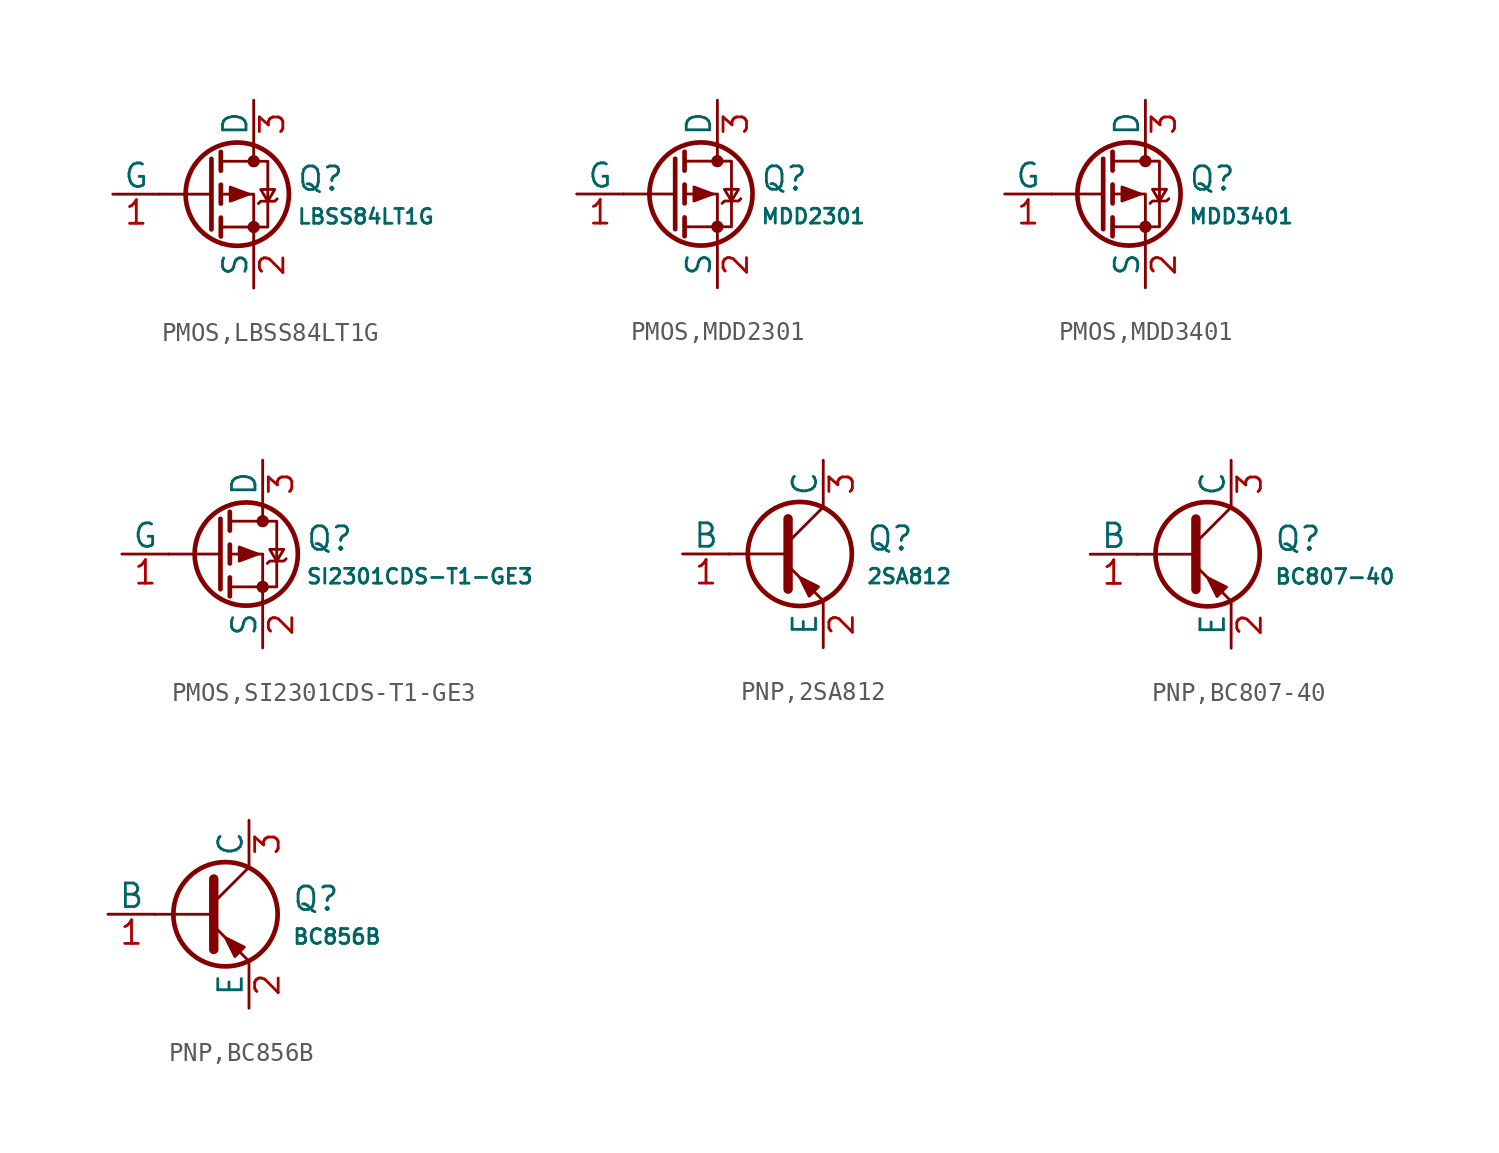
<source format=kicad_sym>
(kicad_symbol_lib
  (version 20231120)
  (generator "CDFER")
  (generator_version "8.0")
  (symbol "PMOS,LBSS84LT1G"
    (pin_names
      (offset 0))
    (property "Reference" "Q"
      (at 4.851 0.834 0)
      (effects (font (size 1.27 1.27)) (justify left)))
    (property "Value" "LBSS84LT1G"
      (at 4.851 -1.212 0)
      (effects (font (size 0.8 0.8)) (justify left)))
    (symbol "PMOS,LBSS84LT1G_0_1"
      (polyline (pts (xy 0.254 0) (xy -2.54 0)) (stroke (width 0) (type default)) (fill (type none)))
      (polyline (pts (xy 0.254 1.905) (xy 0.254 -1.905)) (stroke (width 0.254) (type default)) (fill (type none)))
      (polyline (pts (xy 0.762 -1.27) (xy 0.762 -2.286)) (stroke (width 0.254) (type default)) (fill (type none)))
      (polyline (pts (xy 0.762 0.508) (xy 0.762 -0.508)) (stroke (width 0.254) (type default)) (fill (type none)))
      (polyline (pts (xy 0.762 2.286) (xy 0.762 1.27)) (stroke (width 0.254) (type default)) (fill (type none)))
      (polyline (pts (xy 2.54 2.54) (xy 2.54 1.778)) (stroke (width 0) (type default)) (fill (type none)))
      (polyline (pts (xy 2.54 -2.54) (xy 2.54 0) (xy 0.762 0)) (stroke (width 0) (type default)) (fill (type none)))
      (polyline (pts (xy 0.762 1.778) (xy 3.302 1.778) (xy 3.302 -1.778) (xy 0.762 -1.778)) (stroke (width 0) (type default)) (fill (type none)))
      (polyline (pts (xy 2.286 0) (xy 1.27 0.381) (xy 1.27 -0.381) (xy 2.286 0)) (stroke (width 0) (type default)) (fill (type outline)))
      (polyline (pts (xy 2.794 -0.508) (xy 2.921 -0.381) (xy 3.683 -0.381) (xy 3.81 -0.254)) (stroke (width 0) (type default)) (fill (type none)))
      (polyline (pts (xy 3.302 -0.381) (xy 2.921 0.254) (xy 3.683 0.254) (xy 3.302 -0.381)) (stroke (width 0) (type default)) (fill (type none)))
      (circle (center 1.651 0) (radius 2.794) (stroke (width 0.254) (type default)) (fill (type none)))
      (circle (center 2.54 -1.778) (radius 0.254) (stroke (width 0) (type default)) (fill (type outline)))
      (circle (center 2.54 1.778) (radius 0.254) (stroke (width 0) (type default)) (fill (type outline))))
    (symbol "PMOS,LBSS84LT1G_1_1"
      (pin passive line (at 2.54 5.08 270) (length 2.54) (name "D" (effects (font (size 1.27 1.27)))) (number "3" (effects (font (size 1.27 1.27)))))
      (pin input line (at -5.08 0 0) (length 2.54) (name "G" (effects (font (size 1.27 1.27)))) (number "1" (effects (font (size 1.27 1.27)))))
      (pin passive line (at 2.54 -5.08 90) (length 2.54) (name "S" (effects (font (size 1.27 1.27)))) (number "2" (effects (font (size 1.27 1.27)))))))
  (symbol "PMOS,MDD2301"
    (pin_names
      (offset 0))
    (property "Reference" "Q"
      (at 4.851 0.834 0)
      (effects (font (size 1.27 1.27)) (justify left)))
    (property "Value" "MDD2301"
      (at 4.851 -1.212 0)
      (effects (font (size 0.8 0.8)) (justify left)))
    (symbol "PMOS,MDD2301_0_1"
      (polyline (pts (xy 0.254 0) (xy -2.54 0)) (stroke (width 0) (type default)) (fill (type none)))
      (polyline (pts (xy 0.254 1.905) (xy 0.254 -1.905)) (stroke (width 0.254) (type default)) (fill (type none)))
      (polyline (pts (xy 0.762 -1.27) (xy 0.762 -2.286)) (stroke (width 0.254) (type default)) (fill (type none)))
      (polyline (pts (xy 0.762 0.508) (xy 0.762 -0.508)) (stroke (width 0.254) (type default)) (fill (type none)))
      (polyline (pts (xy 0.762 2.286) (xy 0.762 1.27)) (stroke (width 0.254) (type default)) (fill (type none)))
      (polyline (pts (xy 2.54 2.54) (xy 2.54 1.778)) (stroke (width 0) (type default)) (fill (type none)))
      (polyline (pts (xy 2.54 -2.54) (xy 2.54 0) (xy 0.762 0)) (stroke (width 0) (type default)) (fill (type none)))
      (polyline (pts (xy 0.762 1.778) (xy 3.302 1.778) (xy 3.302 -1.778) (xy 0.762 -1.778)) (stroke (width 0) (type default)) (fill (type none)))
      (polyline (pts (xy 2.286 0) (xy 1.27 0.381) (xy 1.27 -0.381) (xy 2.286 0)) (stroke (width 0) (type default)) (fill (type outline)))
      (polyline (pts (xy 2.794 -0.508) (xy 2.921 -0.381) (xy 3.683 -0.381) (xy 3.81 -0.254)) (stroke (width 0) (type default)) (fill (type none)))
      (polyline (pts (xy 3.302 -0.381) (xy 2.921 0.254) (xy 3.683 0.254) (xy 3.302 -0.381)) (stroke (width 0) (type default)) (fill (type none)))
      (circle (center 1.651 0) (radius 2.794) (stroke (width 0.254) (type default)) (fill (type none)))
      (circle (center 2.54 -1.778) (radius 0.254) (stroke (width 0) (type default)) (fill (type outline)))
      (circle (center 2.54 1.778) (radius 0.254) (stroke (width 0) (type default)) (fill (type outline))))
    (symbol "PMOS,MDD2301_1_1"
      (pin passive line (at 2.54 5.08 270) (length 2.54) (name "D" (effects (font (size 1.27 1.27)))) (number "3" (effects (font (size 1.27 1.27)))))
      (pin input line (at -5.08 0 0) (length 2.54) (name "G" (effects (font (size 1.27 1.27)))) (number "1" (effects (font (size 1.27 1.27)))))
      (pin passive line (at 2.54 -5.08 90) (length 2.54) (name "S" (effects (font (size 1.27 1.27)))) (number "2" (effects (font (size 1.27 1.27)))))))
  (symbol "PMOS,MDD3401"
    (pin_names
      (offset 0))
    (property "Reference" "Q"
      (at 4.851 0.834 0)
      (effects (font (size 1.27 1.27)) (justify left)))
    (property "Value" "MDD3401"
      (at 4.851 -1.212 0)
      (effects (font (size 0.8 0.8)) (justify left)))
    (symbol "PMOS,MDD3401_0_1"
      (polyline (pts (xy 0.254 0) (xy -2.54 0)) (stroke (width 0) (type default)) (fill (type none)))
      (polyline (pts (xy 0.254 1.905) (xy 0.254 -1.905)) (stroke (width 0.254) (type default)) (fill (type none)))
      (polyline (pts (xy 0.762 -1.27) (xy 0.762 -2.286)) (stroke (width 0.254) (type default)) (fill (type none)))
      (polyline (pts (xy 0.762 0.508) (xy 0.762 -0.508)) (stroke (width 0.254) (type default)) (fill (type none)))
      (polyline (pts (xy 0.762 2.286) (xy 0.762 1.27)) (stroke (width 0.254) (type default)) (fill (type none)))
      (polyline (pts (xy 2.54 2.54) (xy 2.54 1.778)) (stroke (width 0) (type default)) (fill (type none)))
      (polyline (pts (xy 2.54 -2.54) (xy 2.54 0) (xy 0.762 0)) (stroke (width 0) (type default)) (fill (type none)))
      (polyline (pts (xy 0.762 1.778) (xy 3.302 1.778) (xy 3.302 -1.778) (xy 0.762 -1.778)) (stroke (width 0) (type default)) (fill (type none)))
      (polyline (pts (xy 2.286 0) (xy 1.27 0.381) (xy 1.27 -0.381) (xy 2.286 0)) (stroke (width 0) (type default)) (fill (type outline)))
      (polyline (pts (xy 2.794 -0.508) (xy 2.921 -0.381) (xy 3.683 -0.381) (xy 3.81 -0.254)) (stroke (width 0) (type default)) (fill (type none)))
      (polyline (pts (xy 3.302 -0.381) (xy 2.921 0.254) (xy 3.683 0.254) (xy 3.302 -0.381)) (stroke (width 0) (type default)) (fill (type none)))
      (circle (center 1.651 0) (radius 2.794) (stroke (width 0.254) (type default)) (fill (type none)))
      (circle (center 2.54 -1.778) (radius 0.254) (stroke (width 0) (type default)) (fill (type outline)))
      (circle (center 2.54 1.778) (radius 0.254) (stroke (width 0) (type default)) (fill (type outline))))
    (symbol "PMOS,MDD3401_1_1"
      (pin passive line (at 2.54 5.08 270) (length 2.54) (name "D" (effects (font (size 1.27 1.27)))) (number "3" (effects (font (size 1.27 1.27)))))
      (pin input line (at -5.08 0 0) (length 2.54) (name "G" (effects (font (size 1.27 1.27)))) (number "1" (effects (font (size 1.27 1.27)))))
      (pin passive line (at 2.54 -5.08 90) (length 2.54) (name "S" (effects (font (size 1.27 1.27)))) (number "2" (effects (font (size 1.27 1.27)))))))
  (symbol "PMOS,SI2301CDS-T1-GE3"
    (pin_names
      (offset 0))
    (property "Reference" "Q"
      (at 4.851 0.834 0)
      (effects (font (size 1.27 1.27)) (justify left)))
    (property "Value" "SI2301CDS-T1-GE3"
      (at 4.851 -1.212 0)
      (effects (font (size 0.8 0.8)) (justify left)))
    (symbol "PMOS,SI2301CDS-T1-GE3_0_1"
      (polyline (pts (xy 0.254 0) (xy -2.54 0)) (stroke (width 0) (type default)) (fill (type none)))
      (polyline (pts (xy 0.254 1.905) (xy 0.254 -1.905)) (stroke (width 0.254) (type default)) (fill (type none)))
      (polyline (pts (xy 0.762 -1.27) (xy 0.762 -2.286)) (stroke (width 0.254) (type default)) (fill (type none)))
      (polyline (pts (xy 0.762 0.508) (xy 0.762 -0.508)) (stroke (width 0.254) (type default)) (fill (type none)))
      (polyline (pts (xy 0.762 2.286) (xy 0.762 1.27)) (stroke (width 0.254) (type default)) (fill (type none)))
      (polyline (pts (xy 2.54 2.54) (xy 2.54 1.778)) (stroke (width 0) (type default)) (fill (type none)))
      (polyline (pts (xy 2.54 -2.54) (xy 2.54 0) (xy 0.762 0)) (stroke (width 0) (type default)) (fill (type none)))
      (polyline (pts (xy 0.762 1.778) (xy 3.302 1.778) (xy 3.302 -1.778) (xy 0.762 -1.778)) (stroke (width 0) (type default)) (fill (type none)))
      (polyline (pts (xy 2.286 0) (xy 1.27 0.381) (xy 1.27 -0.381) (xy 2.286 0)) (stroke (width 0) (type default)) (fill (type outline)))
      (polyline (pts (xy 2.794 -0.508) (xy 2.921 -0.381) (xy 3.683 -0.381) (xy 3.81 -0.254)) (stroke (width 0) (type default)) (fill (type none)))
      (polyline (pts (xy 3.302 -0.381) (xy 2.921 0.254) (xy 3.683 0.254) (xy 3.302 -0.381)) (stroke (width 0) (type default)) (fill (type none)))
      (circle (center 1.651 0) (radius 2.794) (stroke (width 0.254) (type default)) (fill (type none)))
      (circle (center 2.54 -1.778) (radius 0.254) (stroke (width 0) (type default)) (fill (type outline)))
      (circle (center 2.54 1.778) (radius 0.254) (stroke (width 0) (type default)) (fill (type outline))))
    (symbol "PMOS,SI2301CDS-T1-GE3_1_1"
      (pin passive line (at 2.54 5.08 270) (length 2.54) (name "D" (effects (font (size 1.27 1.27)))) (number "3" (effects (font (size 1.27 1.27)))))
      (pin input line (at -5.08 0 0) (length 2.54) (name "G" (effects (font (size 1.27 1.27)))) (number "1" (effects (font (size 1.27 1.27)))))
      (pin passive line (at 2.54 -5.08 90) (length 2.54) (name "S" (effects (font (size 1.27 1.27)))) (number "2" (effects (font (size 1.27 1.27)))))))
  (symbol "PNP,2SA812"
    (pin_names
      (offset 0))
    (property "Reference" "Q"
      (at 4.851 0.834 0)
      (effects (font (size 1.27 1.27)) (justify left)))
    (property "Value" "2SA812"
      (at 4.851 -1.212 0)
      (effects (font (size 0.8 0.8)) (justify left)))
    (symbol "PNP,2SA812_0_1"
      (polyline (pts (xy -2.54 0) (xy 0.635 0)) (stroke (width 0.152) (type default)) (fill (type none)))
      (polyline (pts (xy 0.635 0.635) (xy 2.54 2.54)) (stroke (width 0) (type default)) (fill (type none)))
      (polyline (pts (xy 0.635 -0.635) (xy 2.54 -2.54) (xy 2.54 -2.54)) (stroke (width 0) (type default)) (fill (type none)))
      (polyline (pts (xy 0.635 1.905) (xy 0.635 -1.905) (xy 0.635 -1.905)) (stroke (width 0.508) (type default)) (fill (type none)))
      (polyline (pts (xy 2.286 -1.778) (xy 1.778 -2.286) (xy 1.27 -1.27) (xy 2.286 -1.778) (xy 2.286 -1.778)) (stroke (width 0) (type default)) (fill (type outline)))
      (circle (center 1.27 0) (radius 2.819) (stroke (width 0.254) (type default)) (fill (type none))))
    (symbol "PNP,2SA812_1_1"
      (pin open_collector line (at 2.54 5.08 270) (length 2.54) (name "C" (effects (font (size 1.27 1.27)))) (number "3" (effects (font (size 1.27 1.27)))))
      (pin input line (at -5.08 0 0) (length 2.54) (name "B" (effects (font (size 1.27 1.27)))) (number "1" (effects (font (size 1.27 1.27)))))
      (pin open_emitter line (at 2.54 -5.08 90) (length 2.54) (name "E" (effects (font (size 1.27 1.27)))) (number "2" (effects (font (size 1.27 1.27)))))))
  (symbol "PNP,BC807-40"
    (pin_names
      (offset 0))
    (property "Reference" "Q"
      (at 4.851 0.834 0)
      (effects (font (size 1.27 1.27)) (justify left)))
    (property "Value" "BC807-40"
      (at 4.851 -1.212 0)
      (effects (font (size 0.8 0.8)) (justify left)))
    (symbol "PNP,BC807-40_0_1"
      (polyline (pts (xy -2.54 0) (xy 0.635 0)) (stroke (width 0.152) (type default)) (fill (type none)))
      (polyline (pts (xy 0.635 0.635) (xy 2.54 2.54)) (stroke (width 0) (type default)) (fill (type none)))
      (polyline (pts (xy 0.635 -0.635) (xy 2.54 -2.54) (xy 2.54 -2.54)) (stroke (width 0) (type default)) (fill (type none)))
      (polyline (pts (xy 0.635 1.905) (xy 0.635 -1.905) (xy 0.635 -1.905)) (stroke (width 0.508) (type default)) (fill (type none)))
      (polyline (pts (xy 2.286 -1.778) (xy 1.778 -2.286) (xy 1.27 -1.27) (xy 2.286 -1.778) (xy 2.286 -1.778)) (stroke (width 0) (type default)) (fill (type outline)))
      (circle (center 1.27 0) (radius 2.819) (stroke (width 0.254) (type default)) (fill (type none))))
    (symbol "PNP,BC807-40_1_1"
      (pin open_collector line (at 2.54 5.08 270) (length 2.54) (name "C" (effects (font (size 1.27 1.27)))) (number "3" (effects (font (size 1.27 1.27)))))
      (pin input line (at -5.08 0 0) (length 2.54) (name "B" (effects (font (size 1.27 1.27)))) (number "1" (effects (font (size 1.27 1.27)))))
      (pin open_emitter line (at 2.54 -5.08 90) (length 2.54) (name "E" (effects (font (size 1.27 1.27)))) (number "2" (effects (font (size 1.27 1.27)))))))
  (symbol "PNP,BC856B"
    (pin_names
      (offset 0))
    (property "Reference" "Q"
      (at 4.851 0.834 0)
      (effects (font (size 1.27 1.27)) (justify left)))
    (property "Value" "BC856B"
      (at 4.851 -1.212 0)
      (effects (font (size 0.8 0.8)) (justify left)))
    (symbol "PNP,BC856B_0_1"
      (polyline (pts (xy -2.54 0) (xy 0.635 0)) (stroke (width 0.152) (type default)) (fill (type none)))
      (polyline (pts (xy 0.635 0.635) (xy 2.54 2.54)) (stroke (width 0) (type default)) (fill (type none)))
      (polyline (pts (xy 0.635 -0.635) (xy 2.54 -2.54) (xy 2.54 -2.54)) (stroke (width 0) (type default)) (fill (type none)))
      (polyline (pts (xy 0.635 1.905) (xy 0.635 -1.905) (xy 0.635 -1.905)) (stroke (width 0.508) (type default)) (fill (type none)))
      (polyline (pts (xy 2.286 -1.778) (xy 1.778 -2.286) (xy 1.27 -1.27) (xy 2.286 -1.778) (xy 2.286 -1.778)) (stroke (width 0) (type default)) (fill (type outline)))
      (circle (center 1.27 0) (radius 2.819) (stroke (width 0.254) (type default)) (fill (type none))))
    (symbol "PNP,BC856B_1_1"
      (pin open_collector line (at 2.54 5.08 270) (length 2.54) (name "C" (effects (font (size 1.27 1.27)))) (number "3" (effects (font (size 1.27 1.27)))))
      (pin input line (at -5.08 0 0) (length 2.54) (name "B" (effects (font (size 1.27 1.27)))) (number "1" (effects (font (size 1.27 1.27)))))
      (pin open_emitter line (at 2.54 -5.08 90) (length 2.54) (name "E" (effects (font (size 1.27 1.27)))) (number "2" (effects (font (size 1.27 1.27))))))))
</source>
